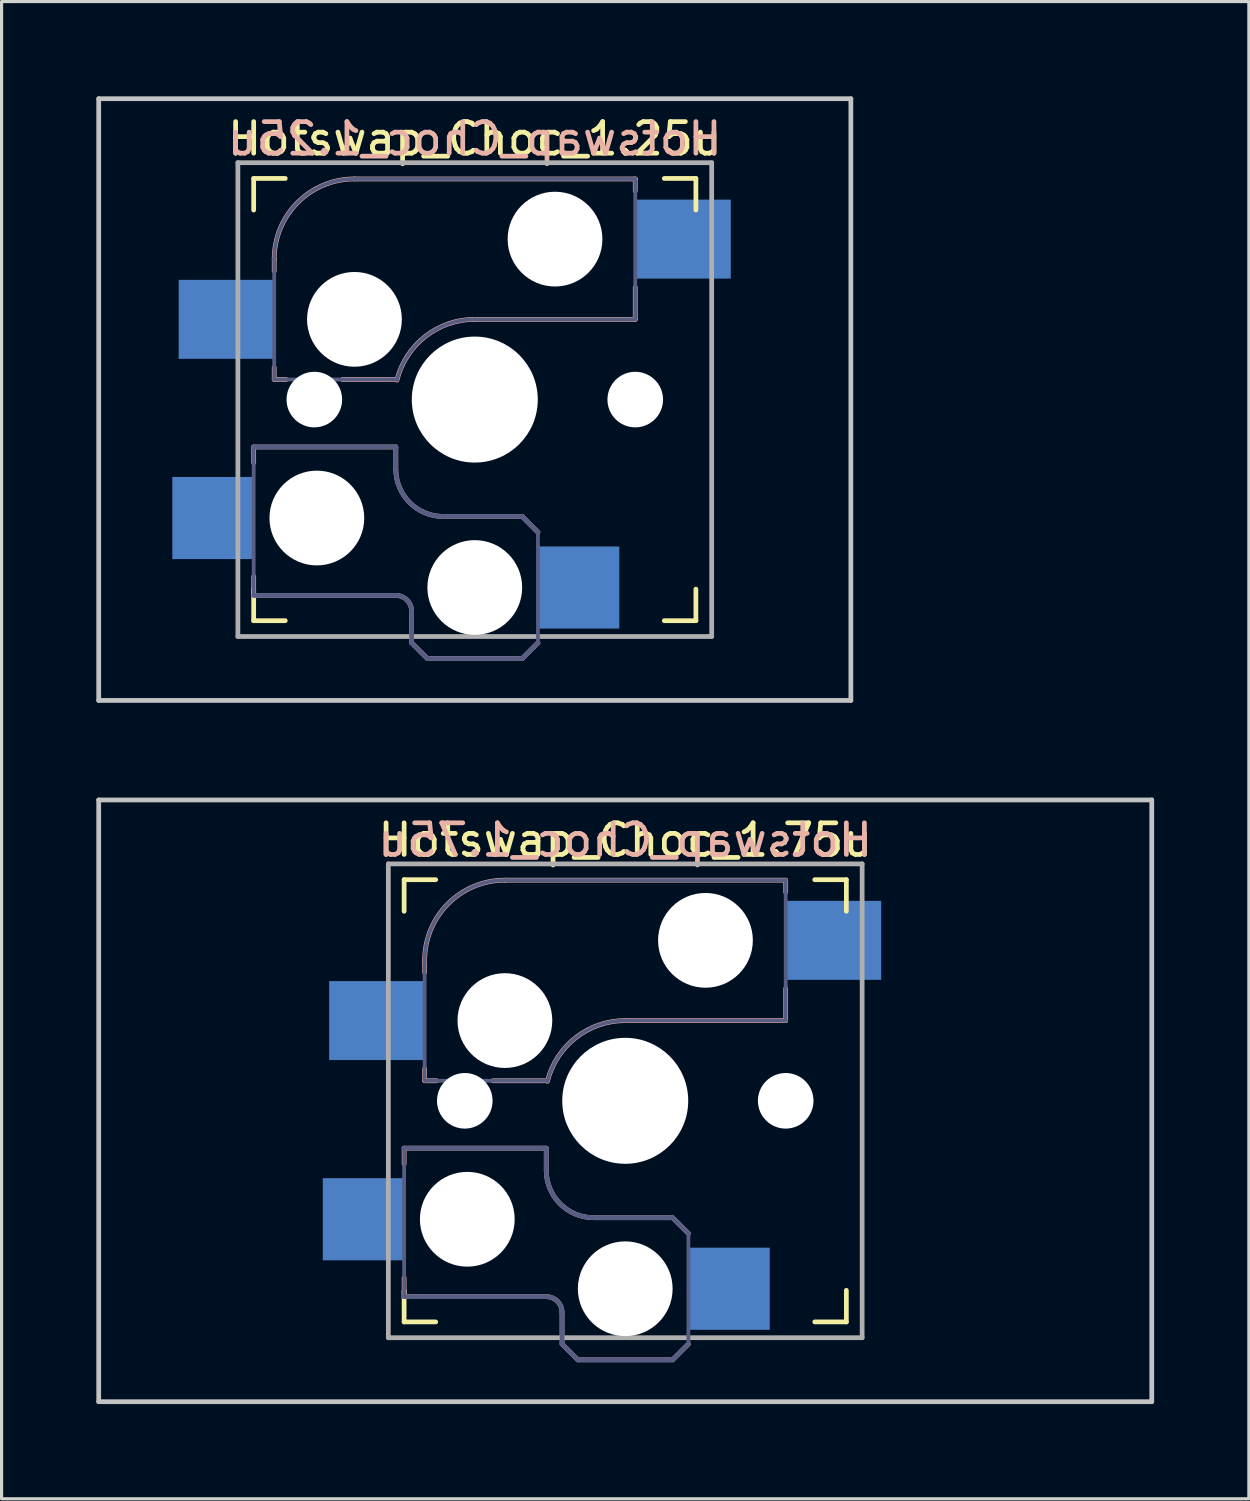
<source format=kicad_pcb>
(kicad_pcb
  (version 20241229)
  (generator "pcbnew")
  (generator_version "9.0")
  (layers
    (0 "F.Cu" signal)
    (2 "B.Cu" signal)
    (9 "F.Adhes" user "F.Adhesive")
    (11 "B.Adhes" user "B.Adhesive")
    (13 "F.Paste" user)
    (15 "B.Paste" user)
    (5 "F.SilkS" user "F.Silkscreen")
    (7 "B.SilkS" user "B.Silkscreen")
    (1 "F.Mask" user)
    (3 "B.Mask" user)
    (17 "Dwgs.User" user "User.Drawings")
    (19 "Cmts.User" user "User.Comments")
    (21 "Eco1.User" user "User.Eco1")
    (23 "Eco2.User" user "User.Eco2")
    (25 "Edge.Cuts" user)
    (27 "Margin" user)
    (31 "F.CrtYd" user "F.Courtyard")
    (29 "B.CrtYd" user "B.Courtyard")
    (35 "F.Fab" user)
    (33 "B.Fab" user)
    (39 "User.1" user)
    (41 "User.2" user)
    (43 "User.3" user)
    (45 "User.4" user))
  (footprint "Hotswap_Choc_1.25u"
    (layer "F.Cu")
    (at 11.981 9.6)
    (property "Reference" "Hotswap_Choc_1.25u" (at 0 -8.255 0) (layer "F.SilkS") (effects (font (size 1 1) (thickness 0.15))))
    (attr through_hole)
    (fp_line (start -7 -6) (end -7 -7) (stroke (width 0.15) (type solid)) (layer "F.SilkS"))
    (fp_line (start -7 7) (end -7 6) (stroke (width 0.15) (type solid)) (layer "F.SilkS"))
    (fp_line (start -7 7) (end -6 7) (stroke (width 0.15) (type solid)) (layer "F.SilkS"))
    (fp_line (start -6 -7) (end -7 -7) (stroke (width 0.15) (type solid)) (layer "F.SilkS"))
    (fp_line (start 6 7) (end 7 7) (stroke (width 0.15) (type solid)) (layer "F.SilkS"))
    (fp_line (start 7 -7) (end 6 -7) (stroke (width 0.15) (type solid)) (layer "F.SilkS"))
    (fp_line (start 7 -7) (end 7 -6) (stroke (width 0.15) (type solid)) (layer "F.SilkS"))
    (fp_line (start 7 6) (end 7 7) (stroke (width 0.15) (type solid)) (layer "F.SilkS"))
    (fp_line (start -7 1.5) (end -7 2) (stroke (width 0.15) (type solid)) (layer "B.SilkS"))
    (fp_line (start -7 5.6) (end -7 6.2) (stroke (width 0.15) (type solid)) (layer "B.SilkS"))
    (fp_line (start -7 6.2) (end -2.5 6.2) (stroke (width 0.15) (type solid)) (layer "B.SilkS"))
    (fp_line (start -6.35 -4.445) (end -6.35 -4.064) (stroke (width 0.15) (type solid)) (layer "B.SilkS"))
    (fp_line (start -6.35 -1.016) (end -6.35 -0.635) (stroke (width 0.15) (type solid)) (layer "B.SilkS"))
    (fp_line (start -6.35 -0.635) (end -5.969 -0.635) (stroke (width 0.15) (type solid)) (layer "B.SilkS"))
    (fp_line (start -4.191 -0.635) (end -2.54 -0.635) (stroke (width 0.15) (type solid)) (layer "B.SilkS"))
    (fp_line (start -2.5 1.5) (end -7 1.5) (stroke (width 0.15) (type solid)) (layer "B.SilkS"))
    (fp_line (start -2.5 2.2) (end -2.5 1.5) (stroke (width 0.15) (type solid)) (layer "B.SilkS"))
    (fp_line (start -2 6.7) (end -2 7.7) (stroke (width 0.15) (type solid)) (layer "B.SilkS"))
    (fp_line (start -1.5 8.2) (end -2 7.7) (stroke (width 0.15) (type solid)) (layer "B.SilkS"))
    (fp_line (start 0 -2.54) (end 5.08 -2.54) (stroke (width 0.15) (type solid)) (layer "B.SilkS"))
    (fp_line (start 1.5 3.7) (end -1 3.7) (stroke (width 0.15) (type solid)) (layer "B.SilkS"))
    (fp_line (start 1.5 8.2) (end -1.5 8.2) (stroke (width 0.15) (type solid)) (layer "B.SilkS"))
    (fp_line (start 2 4.2) (end 1.5 3.7) (stroke (width 0.15) (type solid)) (layer "B.SilkS"))
    (fp_line (start 2 7.7) (end 1.5 8.2) (stroke (width 0.15) (type solid)) (layer "B.SilkS"))
    (fp_line (start 5.08 -6.985) (end -3.81 -6.985) (stroke (width 0.15) (type solid)) (layer "B.SilkS"))
    (fp_line (start 5.08 -6.604) (end 5.08 -6.985) (stroke (width 0.15) (type solid)) (layer "B.SilkS"))
    (fp_line (start 5.08 -2.54) (end 5.08 -3.556) (stroke (width 0.15) (type solid)) (layer "B.SilkS"))
    (fp_arc (start -6.35 -4.445) (mid -5.606051 -6.241051) (end -3.81 -6.985) (stroke (width 0.15) (type solid)) (layer "B.SilkS"))
    (fp_arc (start -2.5 6.2) (mid -2.146447 6.346447) (end -2 6.7) (stroke (width 0.15) (type solid)) (layer "B.SilkS"))
    (fp_arc (start -2.464162 -0.61604) (mid -1.563147 -2.002042) (end 0 -2.54) (stroke (width 0.15) (type solid)) (layer "B.SilkS"))
    (fp_arc (start -1 3.7) (mid -2.06066 3.26066) (end -2.5 2.2) (stroke (width 0.15) (type solid)) (layer "B.SilkS"))
    (fp_line (start -11.906 -9.525) (end 11.906 -9.525) (stroke (width 0.15) (type solid)) (layer "Dwgs.User"))
    (fp_line (start -11.906 9.525) (end -11.906 -9.525) (stroke (width 0.15) (type solid)) (layer "Dwgs.User"))
    (fp_line (start -11.906 9.525) (end 11.906 9.525) (stroke (width 0.15) (type solid)) (layer "Dwgs.User"))
    (fp_line (start 11.906 -9.525) (end 11.906 9.525) (stroke (width 0.15) (type solid)) (layer "Dwgs.User"))
    (fp_line (start -6.9 6.9) (end -6.9 -6.9) (stroke (width 0.15) (type solid)) (layer "Eco2.User"))
    (fp_line (start -6.9 6.9) (end 6.9 6.9) (stroke (width 0.15) (type solid)) (layer "Eco2.User"))
    (fp_line (start 6.9 -6.9) (end -6.9 -6.9) (stroke (width 0.15) (type solid)) (layer "Eco2.User"))
    (fp_line (start 6.9 -6.9) (end 6.9 6.9) (stroke (width 0.15) (type solid)) (layer "Eco2.User"))
    (fp_line (start -7 1.5) (end -7 6.2) (stroke (width 0.12) (type solid)) (layer "B.Fab"))
    (fp_line (start -7 6.2) (end -2.5 6.2) (stroke (width 0.15) (type solid)) (layer "B.Fab"))
    (fp_line (start -6.35 -4.445) (end -6.35 -0.635) (stroke (width 0.12) (type solid)) (layer "B.Fab"))
    (fp_line (start -6.35 -0.635) (end -2.54 -0.635) (stroke (width 0.12) (type solid)) (layer "B.Fab"))
    (fp_line (start -2.5 1.5) (end -7 1.5) (stroke (width 0.15) (type solid)) (layer "B.Fab"))
    (fp_line (start -2.5 2.2) (end -2.5 1.5) (stroke (width 0.15) (type solid)) (layer "B.Fab"))
    (fp_line (start -2 6.7) (end -2 7.7) (stroke (width 0.15) (type solid)) (layer "B.Fab"))
    (fp_line (start -1.5 8.2) (end -2 7.7) (stroke (width 0.15) (type solid)) (layer "B.Fab"))
    (fp_line (start 0 -2.54) (end 5.08 -2.54) (stroke (width 0.12) (type solid)) (layer "B.Fab"))
    (fp_line (start 1.5 3.7) (end -1 3.7) (stroke (width 0.15) (type solid)) (layer "B.Fab"))
    (fp_line (start 1.5 8.2) (end -1.5 8.2) (stroke (width 0.15) (type solid)) (layer "B.Fab"))
    (fp_line (start 2 4.2) (end 1.5 3.7) (stroke (width 0.15) (type solid)) (layer "B.Fab"))
    (fp_line (start 2 4.25) (end 2 7.7) (stroke (width 0.12) (type solid)) (layer "B.Fab"))
    (fp_line (start 2 7.7) (end 1.5 8.2) (stroke (width 0.15) (type solid)) (layer "B.Fab"))
    (fp_line (start 5.08 -6.985) (end -3.81 -6.985) (stroke (width 0.12) (type solid)) (layer "B.Fab"))
    (fp_line (start 5.08 -2.54) (end 5.08 -6.985) (stroke (width 0.12) (type solid)) (layer "B.Fab"))
    (fp_arc (start -6.35 -4.445) (mid -5.606051 -6.241051) (end -3.81 -6.985) (stroke (width 0.12) (type solid)) (layer "B.Fab"))
    (fp_arc (start -2.5 6.2) (mid -2.146447 6.346447) (end -2 6.7) (stroke (width 0.15) (type solid)) (layer "B.Fab"))
    (fp_arc (start -2.464162 -0.61604) (mid -1.563147 -2.002042) (end 0 -2.54) (stroke (width 0.12) (type solid)) (layer "B.Fab"))
    (fp_arc (start -1 3.7) (mid -2.06066 3.26066) (end -2.5 2.2) (stroke (width 0.15) (type solid)) (layer "B.Fab"))
    (fp_line (start -7.5 -7.5) (end 7.5 -7.5) (stroke (width 0.15) (type solid)) (layer "F.Fab"))
    (fp_line (start -7.5 7.5) (end -7.5 -7.5) (stroke (width 0.15) (type solid)) (layer "F.Fab"))
    (fp_line (start 7.5 -7.5) (end 7.5 7.5) (stroke (width 0.15) (type solid)) (layer "F.Fab"))
    (fp_line (start 7.5 7.5) (end -7.5 7.5) (stroke (width 0.15) (type solid)) (layer "F.Fab"))
    (fp_text user "${REFERENCE}" (at 0 -8.255 0) (layer "B.SilkS") (effects (font (size 1 1) (thickness 0.15)) (justify mirror)))
    (pad "" np_thru_hole circle (at -5.08 0 180) (size 1.76 1.76) (drill 1.76) (layers "*.Cu" "*.Mask"))
    (pad "" np_thru_hole circle (at -5 3.75) (size 3 3) (drill 3) (layers "*.Cu" "*.Mask"))
    (pad "" np_thru_hole circle (at -3.81 -2.54 180) (size 3 3) (drill 3) (layers "*.Cu" "*.Mask"))
    (pad "" np_thru_hole circle (at 0 0 180) (size 3.988 3.988) (drill 3.988) (layers "*.Cu" "*.Mask"))
    (pad "" np_thru_hole circle (at 0 5.95) (size 3 3) (drill 3) (layers "*.Cu" "*.Mask"))
    (pad "" np_thru_hole circle (at 2.54 -5.08 180) (size 3 3) (drill 3) (layers "*.Cu" "*.Mask"))
    (pad "" np_thru_hole circle (at 5.08 0 180) (size 1.76 1.76) (drill 1.76) (layers "*.Cu" "*.Mask"))
    (pad "1" smd rect (at -8.275 3.75) (size 2.6 2.6) (layers "B.Cu" "B.Mask" "B.Paste"))
    (pad "1" smd rect (at -7.874 -2.54 180) (size 3 2.5) (layers "B.Cu" "B.Mask" "B.Paste"))
    (pad "2" smd rect (at 3.275 5.95) (size 2.6 2.6) (layers "B.Cu" "B.Mask" "B.Paste"))
    (pad "2" smd rect (at 6.604 -5.08 180) (size 3 2.5) (layers "B.Cu" "B.Mask" "B.Paste")))
  (footprint "Hotswap_Choc_1.75u"
    (layer "F.Cu")
    (at 16.744 31.8)
    (property "Reference" "Hotswap_Choc_1.75u" (at 0 -8.255 0) (layer "F.SilkS") (effects (font (size 1 1) (thickness 0.15))))
    (attr through_hole)
    (fp_line (start -7 -6) (end -7 -7) (stroke (width 0.15) (type solid)) (layer "F.SilkS"))
    (fp_line (start -7 7) (end -7 6) (stroke (width 0.15) (type solid)) (layer "F.SilkS"))
    (fp_line (start -7 7) (end -6 7) (stroke (width 0.15) (type solid)) (layer "F.SilkS"))
    (fp_line (start -6 -7) (end -7 -7) (stroke (width 0.15) (type solid)) (layer "F.SilkS"))
    (fp_line (start 6 7) (end 7 7) (stroke (width 0.15) (type solid)) (layer "F.SilkS"))
    (fp_line (start 7 -7) (end 6 -7) (stroke (width 0.15) (type solid)) (layer "F.SilkS"))
    (fp_line (start 7 -7) (end 7 -6) (stroke (width 0.15) (type solid)) (layer "F.SilkS"))
    (fp_line (start 7 6) (end 7 7) (stroke (width 0.15) (type solid)) (layer "F.SilkS"))
    (fp_line (start -7 1.5) (end -7 2) (stroke (width 0.15) (type solid)) (layer "B.SilkS"))
    (fp_line (start -7 5.6) (end -7 6.2) (stroke (width 0.15) (type solid)) (layer "B.SilkS"))
    (fp_line (start -7 6.2) (end -2.5 6.2) (stroke (width 0.15) (type solid)) (layer "B.SilkS"))
    (fp_line (start -6.35 -4.445) (end -6.35 -4.064) (stroke (width 0.15) (type solid)) (layer "B.SilkS"))
    (fp_line (start -6.35 -1.016) (end -6.35 -0.635) (stroke (width 0.15) (type solid)) (layer "B.SilkS"))
    (fp_line (start -6.35 -0.635) (end -5.969 -0.635) (stroke (width 0.15) (type solid)) (layer "B.SilkS"))
    (fp_line (start -4.191 -0.635) (end -2.54 -0.635) (stroke (width 0.15) (type solid)) (layer "B.SilkS"))
    (fp_line (start -2.5 1.5) (end -7 1.5) (stroke (width 0.15) (type solid)) (layer "B.SilkS"))
    (fp_line (start -2.5 2.2) (end -2.5 1.5) (stroke (width 0.15) (type solid)) (layer "B.SilkS"))
    (fp_line (start -2 6.7) (end -2 7.7) (stroke (width 0.15) (type solid)) (layer "B.SilkS"))
    (fp_line (start -1.5 8.2) (end -2 7.7) (stroke (width 0.15) (type solid)) (layer "B.SilkS"))
    (fp_line (start 0 -2.54) (end 5.08 -2.54) (stroke (width 0.15) (type solid)) (layer "B.SilkS"))
    (fp_line (start 1.5 3.7) (end -1 3.7) (stroke (width 0.15) (type solid)) (layer "B.SilkS"))
    (fp_line (start 1.5 8.2) (end -1.5 8.2) (stroke (width 0.15) (type solid)) (layer "B.SilkS"))
    (fp_line (start 2 4.2) (end 1.5 3.7) (stroke (width 0.15) (type solid)) (layer "B.SilkS"))
    (fp_line (start 2 7.7) (end 1.5 8.2) (stroke (width 0.15) (type solid)) (layer "B.SilkS"))
    (fp_line (start 5.08 -6.985) (end -3.81 -6.985) (stroke (width 0.15) (type solid)) (layer "B.SilkS"))
    (fp_line (start 5.08 -6.604) (end 5.08 -6.985) (stroke (width 0.15) (type solid)) (layer "B.SilkS"))
    (fp_line (start 5.08 -2.54) (end 5.08 -3.556) (stroke (width 0.15) (type solid)) (layer "B.SilkS"))
    (fp_arc (start -6.35 -4.445) (mid -5.606051 -6.241051) (end -3.81 -6.985) (stroke (width 0.15) (type solid)) (layer "B.SilkS"))
    (fp_arc (start -2.5 6.2) (mid -2.146447 6.346447) (end -2 6.7) (stroke (width 0.15) (type solid)) (layer "B.SilkS"))
    (fp_arc (start -2.464162 -0.61604) (mid -1.563147 -2.002042) (end 0 -2.54) (stroke (width 0.15) (type solid)) (layer "B.SilkS"))
    (fp_arc (start -1 3.7) (mid -2.06066 3.26066) (end -2.5 2.2) (stroke (width 0.15) (type solid)) (layer "B.SilkS"))
    (fp_line (start -16.669 -9.525) (end 16.669 -9.525) (stroke (width 0.15) (type solid)) (layer "Dwgs.User"))
    (fp_line (start -16.669 9.525) (end -16.669 -9.525) (stroke (width 0.15) (type solid)) (layer "Dwgs.User"))
    (fp_line (start -16.669 9.525) (end 16.669 9.525) (stroke (width 0.15) (type solid)) (layer "Dwgs.User"))
    (fp_line (start 16.669 -9.525) (end 16.669 9.525) (stroke (width 0.15) (type solid)) (layer "Dwgs.User"))
    (fp_line (start -6.9 6.9) (end -6.9 -6.9) (stroke (width 0.15) (type solid)) (layer "Eco2.User"))
    (fp_line (start -6.9 6.9) (end 6.9 6.9) (stroke (width 0.15) (type solid)) (layer "Eco2.User"))
    (fp_line (start 6.9 -6.9) (end -6.9 -6.9) (stroke (width 0.15) (type solid)) (layer "Eco2.User"))
    (fp_line (start 6.9 -6.9) (end 6.9 6.9) (stroke (width 0.15) (type solid)) (layer "Eco2.User"))
    (fp_line (start -7 1.5) (end -7 6.2) (stroke (width 0.12) (type solid)) (layer "B.Fab"))
    (fp_line (start -7 6.2) (end -2.5 6.2) (stroke (width 0.15) (type solid)) (layer "B.Fab"))
    (fp_line (start -6.35 -4.445) (end -6.35 -0.635) (stroke (width 0.12) (type solid)) (layer "B.Fab"))
    (fp_line (start -6.35 -0.635) (end -2.54 -0.635) (stroke (width 0.12) (type solid)) (layer "B.Fab"))
    (fp_line (start -2.5 1.5) (end -7 1.5) (stroke (width 0.15) (type solid)) (layer "B.Fab"))
    (fp_line (start -2.5 2.2) (end -2.5 1.5) (stroke (width 0.15) (type solid)) (layer "B.Fab"))
    (fp_line (start -2 6.7) (end -2 7.7) (stroke (width 0.15) (type solid)) (layer "B.Fab"))
    (fp_line (start -1.5 8.2) (end -2 7.7) (stroke (width 0.15) (type solid)) (layer "B.Fab"))
    (fp_line (start 0 -2.54) (end 5.08 -2.54) (stroke (width 0.12) (type solid)) (layer "B.Fab"))
    (fp_line (start 1.5 3.7) (end -1 3.7) (stroke (width 0.15) (type solid)) (layer "B.Fab"))
    (fp_line (start 1.5 8.2) (end -1.5 8.2) (stroke (width 0.15) (type solid)) (layer "B.Fab"))
    (fp_line (start 2 4.2) (end 1.5 3.7) (stroke (width 0.15) (type solid)) (layer "B.Fab"))
    (fp_line (start 2 4.25) (end 2 7.7) (stroke (width 0.12) (type solid)) (layer "B.Fab"))
    (fp_line (start 2 7.7) (end 1.5 8.2) (stroke (width 0.15) (type solid)) (layer "B.Fab"))
    (fp_line (start 5.08 -6.985) (end -3.81 -6.985) (stroke (width 0.12) (type solid)) (layer "B.Fab"))
    (fp_line (start 5.08 -2.54) (end 5.08 -6.985) (stroke (width 0.12) (type solid)) (layer "B.Fab"))
    (fp_arc (start -6.35 -4.445) (mid -5.606051 -6.241051) (end -3.81 -6.985) (stroke (width 0.12) (type solid)) (layer "B.Fab"))
    (fp_arc (start -2.5 6.2) (mid -2.146447 6.346447) (end -2 6.7) (stroke (width 0.15) (type solid)) (layer "B.Fab"))
    (fp_arc (start -2.464162 -0.61604) (mid -1.563147 -2.002042) (end 0 -2.54) (stroke (width 0.12) (type solid)) (layer "B.Fab"))
    (fp_arc (start -1 3.7) (mid -2.06066 3.26066) (end -2.5 2.2) (stroke (width 0.15) (type solid)) (layer "B.Fab"))
    (fp_line (start -7.5 -7.5) (end 7.5 -7.5) (stroke (width 0.15) (type solid)) (layer "F.Fab"))
    (fp_line (start -7.5 7.5) (end -7.5 -7.5) (stroke (width 0.15) (type solid)) (layer "F.Fab"))
    (fp_line (start 7.5 -7.5) (end 7.5 7.5) (stroke (width 0.15) (type solid)) (layer "F.Fab"))
    (fp_line (start 7.5 7.5) (end -7.5 7.5) (stroke (width 0.15) (type solid)) (layer "F.Fab"))
    (fp_text user "${REFERENCE}" (at 0 -8.255 0) (layer "B.SilkS") (effects (font (size 1 1) (thickness 0.15)) (justify mirror)))
    (pad "" np_thru_hole circle (at -5.08 0 180) (size 1.76 1.76) (drill 1.76) (layers "*.Cu" "*.Mask"))
    (pad "" np_thru_hole circle (at -5 3.75) (size 3 3) (drill 3) (layers "*.Cu" "*.Mask"))
    (pad "" np_thru_hole circle (at -3.81 -2.54 180) (size 3 3) (drill 3) (layers "*.Cu" "*.Mask"))
    (pad "" np_thru_hole circle (at 0 0 180) (size 3.988 3.988) (drill 3.988) (layers "*.Cu" "*.Mask"))
    (pad "" np_thru_hole circle (at 0 5.95) (size 3 3) (drill 3) (layers "*.Cu" "*.Mask"))
    (pad "" np_thru_hole circle (at 2.54 -5.08 180) (size 3 3) (drill 3) (layers "*.Cu" "*.Mask"))
    (pad "" np_thru_hole circle (at 5.08 0 180) (size 1.76 1.76) (drill 1.76) (layers "*.Cu" "*.Mask"))
    (pad "1" smd rect (at -8.275 3.75) (size 2.6 2.6) (layers "B.Cu" "B.Mask"))
    (pad "1" smd rect (at -7.874 -2.54 180) (size 3 2.5) (layers "B.Cu" "B.Mask"))
    (pad "2" smd rect (at 3.275 5.95) (size 2.6 2.6) (layers "B.Cu" "B.Mask"))
    (pad "2" smd rect (at 6.604 -5.08 180) (size 3 2.5) (layers "B.Cu" "B.Mask")))
  (gr_rect
    (start -3 -3)
    (end 36.487 44.4)
    (stroke (width 0.1) (type default))
    (fill no)
    (layer "Edge.Cuts")))
</source>
